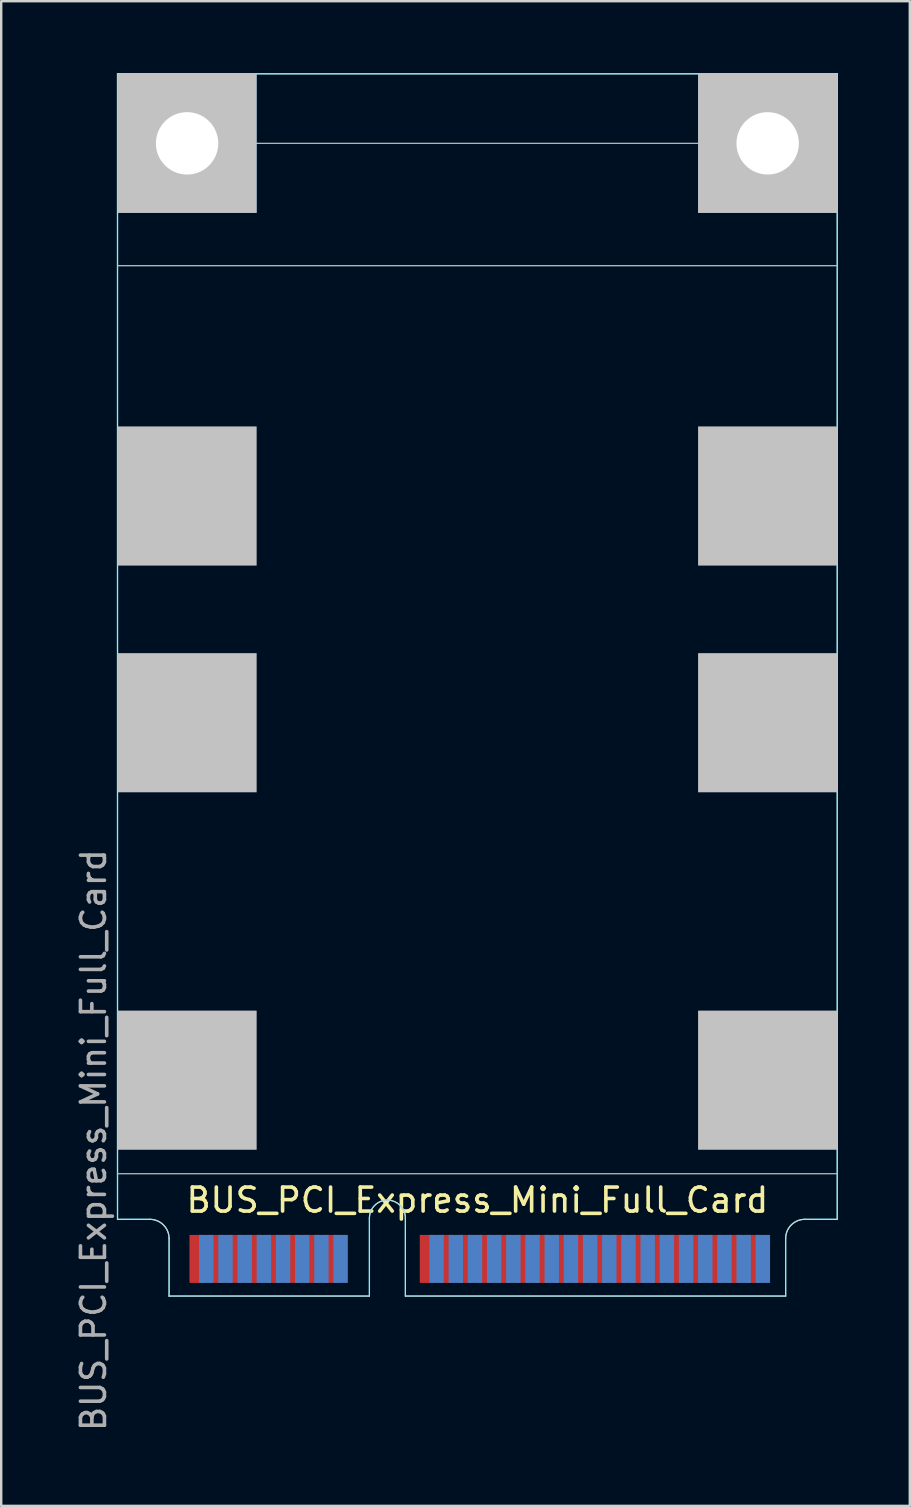
<source format=kicad_pcb>
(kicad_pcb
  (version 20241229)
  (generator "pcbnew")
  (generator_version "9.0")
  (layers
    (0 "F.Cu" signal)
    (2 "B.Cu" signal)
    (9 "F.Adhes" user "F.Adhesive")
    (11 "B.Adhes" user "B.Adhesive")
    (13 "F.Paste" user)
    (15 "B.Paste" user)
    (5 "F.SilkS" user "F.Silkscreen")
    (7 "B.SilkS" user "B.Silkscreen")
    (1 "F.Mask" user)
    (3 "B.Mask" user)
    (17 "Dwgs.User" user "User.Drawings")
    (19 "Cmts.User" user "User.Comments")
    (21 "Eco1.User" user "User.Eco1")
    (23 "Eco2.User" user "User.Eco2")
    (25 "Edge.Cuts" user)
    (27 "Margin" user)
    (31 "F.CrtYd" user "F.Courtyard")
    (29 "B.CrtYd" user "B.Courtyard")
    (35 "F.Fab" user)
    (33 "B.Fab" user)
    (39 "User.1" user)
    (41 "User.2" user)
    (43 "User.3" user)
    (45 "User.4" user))
  (footprint "BUS_PCI_Express_Mini_Full_Card"
    (layer "F.Cu")
    (at 16.848 25.225)
    (property "Reference" "BUS_PCI_Express_Mini_Full_Card" (at 0 21.75 180) (layer "F.SilkS") (effects (font (size 1 1) (thickness 0.15))))
    (attr exclude_from_pos_files exclude_from_bom)
    (fp_line (start -15 20.65) (end 15 20.65) (stroke (width 0.05) (type solid)) (layer "Dwgs.User"))
    (fp_line (start 15 -22.3) (end -15 -22.3) (stroke (width 0.05) (type solid)) (layer "Dwgs.User"))
    (fp_line (start 15 -17.2) (end -15 -17.2) (stroke (width 0.05) (type solid)) (layer "Dwgs.User"))
    (fp_line (start -15 -25.2) (end -15 22.55) (stroke (width 0.05) (type solid)) (layer "Edge.Cuts"))
    (fp_line (start -13.65 22.55) (end -15 22.55) (stroke (width 0.05) (type solid)) (layer "Edge.Cuts"))
    (fp_line (start -12.85 25.75) (end -12.85 23.35) (stroke (width 0.05) (type solid)) (layer "Edge.Cuts"))
    (fp_line (start -4.5 25.75) (end -12.85 25.75) (stroke (width 0.05) (type solid)) (layer "Edge.Cuts"))
    (fp_line (start -4.5 25.75) (end -4.5 22.5) (stroke (width 0.05) (type solid)) (layer "Edge.Cuts"))
    (fp_line (start -3 25.75) (end -3 22.5) (stroke (width 0.05) (type solid)) (layer "Edge.Cuts"))
    (fp_line (start -3 25.75) (end 12.85 25.75) (stroke (width 0.05) (type solid)) (layer "Edge.Cuts"))
    (fp_line (start 12.85 25.75) (end 12.85 23.35) (stroke (width 0.05) (type solid)) (layer "Edge.Cuts"))
    (fp_line (start 15 -25.2) (end -15 -25.2) (stroke (width 0.05) (type solid)) (layer "Edge.Cuts"))
    (fp_line (start 15 22.55) (end 13.65 22.55) (stroke (width 0.05) (type solid)) (layer "Edge.Cuts"))
    (fp_line (start 15 22.55) (end 15 -25.2) (stroke (width 0.05) (type solid)) (layer "Edge.Cuts"))
    (fp_arc (start -13.65 22.55) (mid -13.084315 22.784315) (end -12.85 23.35) (stroke (width 0.05) (type solid)) (layer "Edge.Cuts"))
    (fp_arc (start -4.5 22.5) (mid -3.75 21.75) (end -3 22.5) (stroke (width 0.05) (type solid)) (layer "Edge.Cuts"))
    (fp_arc (start 12.85 23.35) (mid 13.084315 22.784315) (end 13.65 22.55) (stroke (width 0.05) (type solid)) (layer "Edge.Cuts"))
    (fp_line (start -15 -25.2) (end -15 22.55) (stroke (width 0.05) (type solid)) (layer "B.CrtYd"))
    (fp_line (start -13.65 22.55) (end -15 22.55) (stroke (width 0.05) (type solid)) (layer "B.CrtYd"))
    (fp_line (start -12.85 25.75) (end -12.85 23.35) (stroke (width 0.05) (type solid)) (layer "B.CrtYd"))
    (fp_line (start -4.5 25.75) (end -12.85 25.75) (stroke (width 0.05) (type solid)) (layer "B.CrtYd"))
    (fp_line (start -4.5 25.75) (end -4.5 22.5) (stroke (width 0.05) (type solid)) (layer "B.CrtYd"))
    (fp_line (start -3 25.75) (end -3 22.5) (stroke (width 0.05) (type solid)) (layer "B.CrtYd"))
    (fp_line (start -3 25.75) (end 12.85 25.75) (stroke (width 0.05) (type solid)) (layer "B.CrtYd"))
    (fp_line (start 12.85 25.75) (end 12.85 23.35) (stroke (width 0.05) (type solid)) (layer "B.CrtYd"))
    (fp_line (start 15 -25.2) (end -15 -25.2) (stroke (width 0.05) (type solid)) (layer "B.CrtYd"))
    (fp_line (start 15 22.55) (end 13.65 22.55) (stroke (width 0.05) (type solid)) (layer "B.CrtYd"))
    (fp_line (start 15 22.55) (end 15 -25.2) (stroke (width 0.05) (type solid)) (layer "B.CrtYd"))
    (fp_arc (start -13.65 22.55) (mid -13.084315 22.784315) (end -12.85 23.35) (stroke (width 0.05) (type solid)) (layer "B.CrtYd"))
    (fp_arc (start -4.5 22.5) (mid -3.75 21.75) (end -3 22.5) (stroke (width 0.05) (type solid)) (layer "B.CrtYd"))
    (fp_arc (start 12.85 23.35) (mid 13.084315 22.784315) (end 13.65 22.55) (stroke (width 0.05) (type solid)) (layer "B.CrtYd"))
    (fp_text user "${REFERENCE}" (at -16 19.25 90) (layer "F.Fab") (effects (font (size 1 1) (thickness 0.15))))
    (pad "" np_thru_hole circle (at -12.1 -22.3) (size 2.6 2.6) (drill 2.6) (layers "*.Cu"))
    (pad "" connect rect (at -12.1 -22.3) (size 5.8 5.8) (layers "B.Cu" "B.Mask" "Dwgs.User"))
    (pad "" connect rect (at -12.1 -7.6) (size 5.8 5.8) (layers "Dwgs.User"))
    (pad "" connect rect (at -12.1 1.85) (size 5.8 5.8) (layers "Dwgs.User"))
    (pad "" connect rect (at -12.1 16.75) (size 5.8 5.8) (layers "Dwgs.User"))
    (pad "" np_thru_hole circle (at 12.1 -22.3) (size 2.6 2.6) (drill 2.6) (layers "*.Cu"))
    (pad "" connect rect (at 12.1 -22.3) (size 5.8 5.8) (layers "B.Cu" "B.Mask" "Dwgs.User"))
    (pad "" connect rect (at 12.1 -7.6) (size 5.8 5.8) (layers "Dwgs.User"))
    (pad "" connect rect (at 12.1 1.85) (size 5.8 5.8) (layers "Dwgs.User"))
    (pad "" connect rect (at 12.1 16.75) (size 5.8 5.8) (layers "Dwgs.User"))
    (pad "1" connect rect (at -11.7 24.2) (size 0.6 2) (layers "F.Cu" "F.Mask"))
    (pad "2" connect rect (at -11.3 24.2) (size 0.6 2) (layers "B.Cu" "B.Mask"))
    (pad "3" connect rect (at -10.9 24.2) (size 0.6 2) (layers "F.Cu" "F.Mask"))
    (pad "4" connect rect (at -10.5 24.2) (size 0.6 2) (layers "B.Cu" "B.Mask"))
    (pad "5" connect rect (at -10.1 24.2) (size 0.6 2) (layers "F.Cu" "F.Mask"))
    (pad "6" connect rect (at -9.7 24.2) (size 0.6 2) (layers "B.Cu" "B.Mask"))
    (pad "7" connect rect (at -9.3 24.2) (size 0.6 2) (layers "F.Cu" "F.Mask"))
    (pad "8" connect rect (at -8.9 24.2) (size 0.6 2) (layers "B.Cu" "B.Mask"))
    (pad "9" connect rect (at -8.5 24.2) (size 0.6 2) (layers "F.Cu" "F.Mask"))
    (pad "10" connect rect (at -8.1 24.2) (size 0.6 2) (layers "B.Cu" "B.Mask"))
    (pad "11" connect rect (at -7.7 24.2) (size 0.6 2) (layers "F.Cu" "F.Mask"))
    (pad "12" connect rect (at -7.3 24.2) (size 0.6 2) (layers "B.Cu" "B.Mask"))
    (pad "13" connect rect (at -6.9 24.2) (size 0.6 2) (layers "F.Cu" "F.Mask"))
    (pad "14" connect rect (at -6.5 24.2) (size 0.6 2) (layers "B.Cu" "B.Mask"))
    (pad "15" connect rect (at -6.1 24.2) (size 0.6 2) (layers "F.Cu" "F.Mask"))
    (pad "16" connect rect (at -5.7 24.2) (size 0.6 2) (layers "B.Cu" "B.Mask"))
    (pad "17" connect rect (at -2.1 24.2) (size 0.6 2) (layers "F.Cu" "F.Mask"))
    (pad "18" connect rect (at -1.7 24.2) (size 0.6 2) (layers "B.Cu" "B.Mask"))
    (pad "19" connect rect (at -1.3 24.2) (size 0.6 2) (layers "F.Cu" "F.Mask"))
    (pad "20" connect rect (at -0.9 24.2) (size 0.6 2) (layers "B.Cu" "B.Mask"))
    (pad "21" connect rect (at -0.5 24.2) (size 0.6 2) (layers "F.Cu" "F.Mask"))
    (pad "22" connect rect (at -0.1 24.2) (size 0.6 2) (layers "B.Cu" "B.Mask"))
    (pad "23" connect rect (at 0.3 24.2) (size 0.6 2) (layers "F.Cu" "F.Mask"))
    (pad "24" connect rect (at 0.7 24.2) (size 0.6 2) (layers "B.Cu" "B.Mask"))
    (pad "25" connect rect (at 1.1 24.2) (size 0.6 2) (layers "F.Cu" "F.Mask"))
    (pad "26" connect rect (at 1.5 24.2) (size 0.6 2) (layers "B.Cu" "B.Mask"))
    (pad "27" connect rect (at 1.9 24.2) (size 0.6 2) (layers "F.Cu" "F.Mask"))
    (pad "28" connect rect (at 2.3 24.2) (size 0.6 2) (layers "B.Cu" "B.Mask"))
    (pad "29" connect rect (at 2.7 24.2) (size 0.6 2) (layers "F.Cu" "F.Mask"))
    (pad "30" connect rect (at 3.1 24.2) (size 0.6 2) (layers "B.Cu" "B.Mask"))
    (pad "31" connect rect (at 3.5 24.2) (size 0.6 2) (layers "F.Cu" "F.Mask"))
    (pad "32" connect rect (at 3.9 24.2) (size 0.6 2) (layers "B.Cu" "B.Mask"))
    (pad "33" connect rect (at 4.3 24.2) (size 0.6 2) (layers "F.Cu" "F.Mask"))
    (pad "34" connect rect (at 4.7 24.2) (size 0.6 2) (layers "B.Cu" "B.Mask"))
    (pad "35" connect rect (at 5.1 24.2) (size 0.6 2) (layers "F.Cu" "F.Mask"))
    (pad "36" connect rect (at 5.5 24.2) (size 0.6 2) (layers "B.Cu" "B.Mask"))
    (pad "37" connect rect (at 5.9 24.2) (size 0.6 2) (layers "F.Cu" "F.Mask"))
    (pad "38" connect rect (at 6.3 24.2) (size 0.6 2) (layers "B.Cu" "B.Mask"))
    (pad "39" connect rect (at 6.7 24.2) (size 0.6 2) (layers "F.Cu" "F.Mask"))
    (pad "40" connect rect (at 7.1 24.2) (size 0.6 2) (layers "B.Cu" "B.Mask"))
    (pad "41" connect rect (at 7.5 24.2) (size 0.6 2) (layers "F.Cu" "F.Mask"))
    (pad "42" connect rect (at 7.9 24.2) (size 0.6 2) (layers "B.Cu" "B.Mask"))
    (pad "43" connect rect (at 8.3 24.2) (size 0.6 2) (layers "F.Cu" "F.Mask"))
    (pad "44" connect rect (at 8.7 24.2) (size 0.6 2) (layers "B.Cu" "B.Mask"))
    (pad "45" connect rect (at 9.1 24.2) (size 0.6 2) (layers "F.Cu" "F.Mask"))
    (pad "46" connect rect (at 9.5 24.2) (size 0.6 2) (layers "B.Cu" "B.Mask"))
    (pad "47" connect rect (at 9.9 24.2) (size 0.6 2) (layers "F.Cu" "F.Mask"))
    (pad "48" connect rect (at 10.3 24.2) (size 0.6 2) (layers "B.Cu" "B.Mask"))
    (pad "49" connect rect (at 10.7 24.2) (size 0.6 2) (layers "F.Cu" "F.Mask"))
    (pad "50" connect rect (at 11.1 24.2) (size 0.6 2) (layers "B.Cu" "B.Mask"))
    (pad "51" connect rect (at 11.5 24.2) (size 0.6 2) (layers "F.Cu" "F.Mask"))
    (pad "52" connect rect (at 11.9 24.2) (size 0.6 2) (layers "B.Cu" "B.Mask")))
  (gr_rect
    (start -3 -3)
    (end 34.873 59.719)
    (stroke (width 0.1) (type default))
    (fill no)
    (layer "Edge.Cuts")))
</source>
